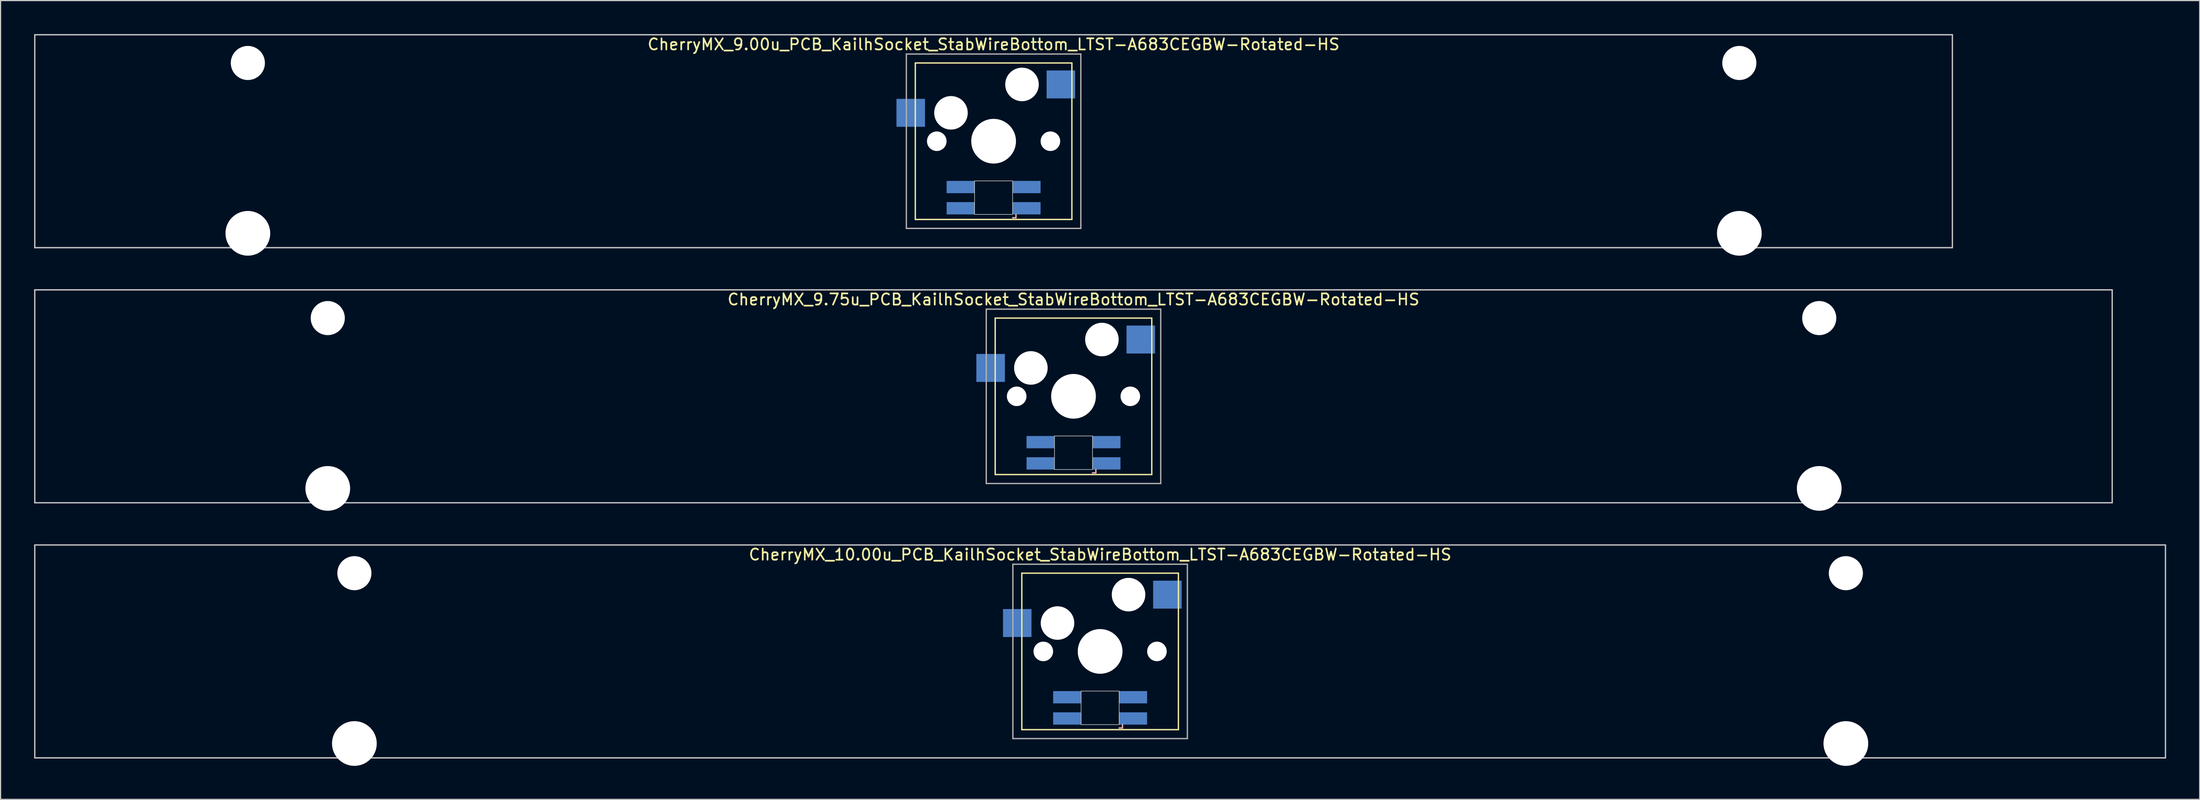
<source format=kicad_pcb>
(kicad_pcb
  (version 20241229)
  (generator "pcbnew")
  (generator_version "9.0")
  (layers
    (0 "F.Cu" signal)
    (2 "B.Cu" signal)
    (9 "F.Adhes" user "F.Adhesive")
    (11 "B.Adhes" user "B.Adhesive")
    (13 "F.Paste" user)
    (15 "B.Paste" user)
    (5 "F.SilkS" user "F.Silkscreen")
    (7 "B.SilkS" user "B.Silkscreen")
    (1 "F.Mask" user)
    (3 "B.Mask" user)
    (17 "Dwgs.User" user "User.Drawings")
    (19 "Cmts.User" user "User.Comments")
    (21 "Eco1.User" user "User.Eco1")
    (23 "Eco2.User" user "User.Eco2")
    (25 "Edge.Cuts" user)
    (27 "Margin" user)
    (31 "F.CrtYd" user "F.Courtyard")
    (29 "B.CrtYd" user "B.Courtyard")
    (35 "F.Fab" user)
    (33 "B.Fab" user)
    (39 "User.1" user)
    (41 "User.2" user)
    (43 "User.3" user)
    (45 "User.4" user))
  (footprint "CherryMX_9.00u_PCB_KailhSocket_StabWireBottom_LTST-A683CEGBW-Rotated-HS"
    (layer "F.Cu")
    (at 85.785 9.585)
    (property "Reference" "CherryMX_9.00u_PCB_KailhSocket_StabWireBottom_LTST-A683CEGBW-Rotated-HS" (at 0 -8.662 0) (layer "F.SilkS") (effects (font (size 1 1) (thickness 0.15))))
    (attr through_hole)
    (fp_line (start -7 -7) (end -7 7) (stroke (width 0.12) (type solid)) (layer "F.SilkS"))
    (fp_line (start -7 -7) (end 7 -7) (stroke (width 0.12) (type solid)) (layer "F.SilkS"))
    (fp_line (start 7 -7) (end 7 7) (stroke (width 0.12) (type solid)) (layer "F.SilkS"))
    (fp_line (start 7 7) (end -7 7) (stroke (width 0.12) (type solid)) (layer "F.SilkS"))
    (fp_line (start 1.7 6.85) (end 2 6.85) (stroke (width 0.12) (type solid)) (layer "B.SilkS"))
    (fp_line (start 2 6.85) (end 2 6.55) (stroke (width 0.12) (type solid)) (layer "B.SilkS"))
    (fp_line (start -85.725 -9.525) (end 85.725 -9.525) (stroke (width 0.12) (type solid)) (layer "Dwgs.User"))
    (fp_line (start -85.725 9.525) (end -85.725 -9.525) (stroke (width 0.12) (type solid)) (layer "Dwgs.User"))
    (fp_line (start 85.725 -9.525) (end 85.725 9.525) (stroke (width 0.12) (type solid)) (layer "Dwgs.User"))
    (fp_line (start 85.725 9.525) (end -85.725 9.525) (stroke (width 0.12) (type solid)) (layer "Dwgs.User"))
    (fp_line (start -1.7 3.55) (end 1.7 3.55) (stroke (width 0.05) (type solid)) (layer "Edge.Cuts"))
    (fp_line (start -1.7 6.55) (end -1.7 3.55) (stroke (width 0.05) (type solid)) (layer "Edge.Cuts"))
    (fp_line (start 1.7 3.55) (end 1.7 6.55) (stroke (width 0.05) (type solid)) (layer "Edge.Cuts"))
    (fp_line (start 1.7 6.55) (end -1.7 6.55) (stroke (width 0.05) (type solid)) (layer "Edge.Cuts"))
    (fp_line (start -7.8 -7.8) (end -7.8 7.8) (stroke (width 0.12) (type solid)) (layer "F.Fab"))
    (fp_line (start -7.8 -7.8) (end 7.8 -7.8) (stroke (width 0.12) (type solid)) (layer "F.Fab"))
    (fp_line (start -7.8 7.8) (end 7.8 7.8) (stroke (width 0.12) (type solid)) (layer "F.Fab"))
    (fp_line (start 7.8 -7.8) (end 7.8 7.8) (stroke (width 0.12) (type solid)) (layer "F.Fab"))
    (pad "" np_thru_hole circle (at -66.675 -7) (size 3.05 3.05) (drill 3.05) (layers "*.Cu" "*.Mask"))
    (pad "" np_thru_hole circle (at -66.675 8.24) (size 4 4) (drill 4) (layers "*.Cu" "*.Mask"))
    (pad "" np_thru_hole circle (at -5.08 0) (size 1.75 1.75) (drill 1.75) (layers "*.Cu" "*.Mask"))
    (pad "" np_thru_hole circle (at -3.81 -2.54) (size 3 3) (drill 3) (layers "*.Cu" "*.Mask"))
    (pad "" np_thru_hole circle (at 0 0) (size 4 4) (drill 4) (layers "*.Cu" "*.Mask"))
    (pad "" np_thru_hole circle (at 2.54 -5.08) (size 3 3) (drill 3) (layers "*.Cu" "*.Mask"))
    (pad "" np_thru_hole circle (at 5.08 0) (size 1.75 1.75) (drill 1.75) (layers "*.Cu" "*.Mask"))
    (pad "" np_thru_hole circle (at 66.675 -7) (size 3.05 3.05) (drill 3.05) (layers "*.Cu" "*.Mask"))
    (pad "" np_thru_hole circle (at 66.675 8.24) (size 4 4) (drill 4) (layers "*.Cu" "*.Mask"))
    (pad "1" smd rect (at -7.41 -2.54) (size 2.55 2.5) (layers "B.Cu" "B.Mask" "B.Paste"))
    (pad "2" smd rect (at 6.015 -5.08) (size 2.55 2.5) (layers "B.Cu" "B.Mask" "B.Paste"))
    (pad "3" smd rect (at 2.95 6) (size 2.5 1.1) (layers "B.Cu" "B.Mask" "B.Paste"))
    (pad "4" smd rect (at 2.95 4.1) (size 2.5 1.1) (layers "B.Cu" "B.Mask" "B.Paste"))
    (pad "5" smd rect (at -2.95 6) (size 2.5 1.1) (layers "B.Cu" "B.Mask" "B.Paste"))
    (pad "6" smd rect (at -2.95 4.1) (size 2.5 1.1) (layers "B.Cu" "B.Mask" "B.Paste")))
  (footprint "CherryMX_9.75u_PCB_KailhSocket_StabWireBottom_LTST-A683CEGBW-Rotated-HS"
    (layer "F.Cu")
    (at 92.929 32.41)
    (property "Reference" "CherryMX_9.75u_PCB_KailhSocket_StabWireBottom_LTST-A683CEGBW-Rotated-HS" (at 0 -8.662 0) (layer "F.SilkS") (effects (font (size 1 1) (thickness 0.15))))
    (attr through_hole)
    (fp_line (start -7 -7) (end -7 7) (stroke (width 0.12) (type solid)) (layer "F.SilkS"))
    (fp_line (start -7 -7) (end 7 -7) (stroke (width 0.12) (type solid)) (layer "F.SilkS"))
    (fp_line (start 7 -7) (end 7 7) (stroke (width 0.12) (type solid)) (layer "F.SilkS"))
    (fp_line (start 7 7) (end -7 7) (stroke (width 0.12) (type solid)) (layer "F.SilkS"))
    (fp_line (start 1.7 6.85) (end 2 6.85) (stroke (width 0.12) (type solid)) (layer "B.SilkS"))
    (fp_line (start 2 6.85) (end 2 6.55) (stroke (width 0.12) (type solid)) (layer "B.SilkS"))
    (fp_line (start -92.869 -9.525) (end 92.869 -9.525) (stroke (width 0.12) (type solid)) (layer "Dwgs.User"))
    (fp_line (start -92.869 9.525) (end -92.869 -9.525) (stroke (width 0.12) (type solid)) (layer "Dwgs.User"))
    (fp_line (start 92.869 -9.525) (end 92.869 9.525) (stroke (width 0.12) (type solid)) (layer "Dwgs.User"))
    (fp_line (start 92.869 9.525) (end -92.869 9.525) (stroke (width 0.12) (type solid)) (layer "Dwgs.User"))
    (fp_line (start -1.7 3.55) (end 1.7 3.55) (stroke (width 0.05) (type solid)) (layer "Edge.Cuts"))
    (fp_line (start -1.7 6.55) (end -1.7 3.55) (stroke (width 0.05) (type solid)) (layer "Edge.Cuts"))
    (fp_line (start 1.7 3.55) (end 1.7 6.55) (stroke (width 0.05) (type solid)) (layer "Edge.Cuts"))
    (fp_line (start 1.7 6.55) (end -1.7 6.55) (stroke (width 0.05) (type solid)) (layer "Edge.Cuts"))
    (fp_line (start -7.8 -7.8) (end -7.8 7.8) (stroke (width 0.12) (type solid)) (layer "F.Fab"))
    (fp_line (start -7.8 -7.8) (end 7.8 -7.8) (stroke (width 0.12) (type solid)) (layer "F.Fab"))
    (fp_line (start -7.8 7.8) (end 7.8 7.8) (stroke (width 0.12) (type solid)) (layer "F.Fab"))
    (fp_line (start 7.8 -7.8) (end 7.8 7.8) (stroke (width 0.12) (type solid)) (layer "F.Fab"))
    (pad "" np_thru_hole circle (at -66.675 -7) (size 3.05 3.05) (drill 3.05) (layers "*.Cu" "*.Mask"))
    (pad "" np_thru_hole circle (at -66.675 8.24) (size 4 4) (drill 4) (layers "*.Cu" "*.Mask"))
    (pad "" np_thru_hole circle (at -5.08 0) (size 1.75 1.75) (drill 1.75) (layers "*.Cu" "*.Mask"))
    (pad "" np_thru_hole circle (at -3.81 -2.54) (size 3 3) (drill 3) (layers "*.Cu" "*.Mask"))
    (pad "" np_thru_hole circle (at 0 0) (size 4 4) (drill 4) (layers "*.Cu" "*.Mask"))
    (pad "" np_thru_hole circle (at 2.54 -5.08) (size 3 3) (drill 3) (layers "*.Cu" "*.Mask"))
    (pad "" np_thru_hole circle (at 5.08 0) (size 1.75 1.75) (drill 1.75) (layers "*.Cu" "*.Mask"))
    (pad "" np_thru_hole circle (at 66.675 -7) (size 3.05 3.05) (drill 3.05) (layers "*.Cu" "*.Mask"))
    (pad "" np_thru_hole circle (at 66.675 8.24) (size 4 4) (drill 4) (layers "*.Cu" "*.Mask"))
    (pad "1" smd rect (at -7.41 -2.54) (size 2.55 2.5) (layers "B.Cu" "B.Mask" "B.Paste"))
    (pad "2" smd rect (at 6.015 -5.08) (size 2.55 2.5) (layers "B.Cu" "B.Mask" "B.Paste"))
    (pad "3" smd rect (at 2.95 6) (size 2.5 1.1) (layers "B.Cu" "B.Mask" "B.Paste"))
    (pad "4" smd rect (at 2.95 4.1) (size 2.5 1.1) (layers "B.Cu" "B.Mask" "B.Paste"))
    (pad "5" smd rect (at -2.95 6) (size 2.5 1.1) (layers "B.Cu" "B.Mask" "B.Paste"))
    (pad "6" smd rect (at -2.95 4.1) (size 2.5 1.1) (layers "B.Cu" "B.Mask" "B.Paste")))
  (footprint "CherryMX_10.00u_PCB_KailhSocket_StabWireBottom_LTST-A683CEGBW-Rotated-HS"
    (layer "F.Cu")
    (at 95.31 55.235)
    (property "Reference" "CherryMX_10.00u_PCB_KailhSocket_StabWireBottom_LTST-A683CEGBW-Rotated-HS" (at 0 -8.662 0) (layer "F.SilkS") (effects (font (size 1 1) (thickness 0.15))))
    (attr through_hole)
    (fp_line (start -7 -7) (end -7 7) (stroke (width 0.12) (type solid)) (layer "F.SilkS"))
    (fp_line (start -7 -7) (end 7 -7) (stroke (width 0.12) (type solid)) (layer "F.SilkS"))
    (fp_line (start 7 -7) (end 7 7) (stroke (width 0.12) (type solid)) (layer "F.SilkS"))
    (fp_line (start 7 7) (end -7 7) (stroke (width 0.12) (type solid)) (layer "F.SilkS"))
    (fp_line (start 1.7 6.85) (end 2 6.85) (stroke (width 0.12) (type solid)) (layer "B.SilkS"))
    (fp_line (start 2 6.85) (end 2 6.55) (stroke (width 0.12) (type solid)) (layer "B.SilkS"))
    (fp_line (start -95.25 -9.525) (end 95.25 -9.525) (stroke (width 0.12) (type solid)) (layer "Dwgs.User"))
    (fp_line (start -95.25 9.525) (end -95.25 -9.525) (stroke (width 0.12) (type solid)) (layer "Dwgs.User"))
    (fp_line (start 95.25 -9.525) (end 95.25 9.525) (stroke (width 0.12) (type solid)) (layer "Dwgs.User"))
    (fp_line (start 95.25 9.525) (end -95.25 9.525) (stroke (width 0.12) (type solid)) (layer "Dwgs.User"))
    (fp_line (start -1.7 3.55) (end 1.7 3.55) (stroke (width 0.05) (type solid)) (layer "Edge.Cuts"))
    (fp_line (start -1.7 6.55) (end -1.7 3.55) (stroke (width 0.05) (type solid)) (layer "Edge.Cuts"))
    (fp_line (start 1.7 3.55) (end 1.7 6.55) (stroke (width 0.05) (type solid)) (layer "Edge.Cuts"))
    (fp_line (start 1.7 6.55) (end -1.7 6.55) (stroke (width 0.05) (type solid)) (layer "Edge.Cuts"))
    (fp_line (start -7.8 -7.8) (end -7.8 7.8) (stroke (width 0.12) (type solid)) (layer "F.Fab"))
    (fp_line (start -7.8 -7.8) (end 7.8 -7.8) (stroke (width 0.12) (type solid)) (layer "F.Fab"))
    (fp_line (start -7.8 7.8) (end 7.8 7.8) (stroke (width 0.12) (type solid)) (layer "F.Fab"))
    (fp_line (start 7.8 -7.8) (end 7.8 7.8) (stroke (width 0.12) (type solid)) (layer "F.Fab"))
    (pad "" np_thru_hole circle (at -66.675 -7) (size 3.05 3.05) (drill 3.05) (layers "*.Cu" "*.Mask"))
    (pad "" np_thru_hole circle (at -66.675 8.24) (size 4 4) (drill 4) (layers "*.Cu" "*.Mask"))
    (pad "" np_thru_hole circle (at -5.08 0) (size 1.75 1.75) (drill 1.75) (layers "*.Cu" "*.Mask"))
    (pad "" np_thru_hole circle (at -3.81 -2.54) (size 3 3) (drill 3) (layers "*.Cu" "*.Mask"))
    (pad "" np_thru_hole circle (at 0 0) (size 4 4) (drill 4) (layers "*.Cu" "*.Mask"))
    (pad "" np_thru_hole circle (at 2.54 -5.08) (size 3 3) (drill 3) (layers "*.Cu" "*.Mask"))
    (pad "" np_thru_hole circle (at 5.08 0) (size 1.75 1.75) (drill 1.75) (layers "*.Cu" "*.Mask"))
    (pad "" np_thru_hole circle (at 66.675 -7) (size 3.05 3.05) (drill 3.05) (layers "*.Cu" "*.Mask"))
    (pad "" np_thru_hole circle (at 66.675 8.24) (size 4 4) (drill 4) (layers "*.Cu" "*.Mask"))
    (pad "1" smd rect (at -7.41 -2.54) (size 2.55 2.5) (layers "B.Cu" "B.Mask" "B.Paste"))
    (pad "2" smd rect (at 6.015 -5.08) (size 2.55 2.5) (layers "B.Cu" "B.Mask" "B.Paste"))
    (pad "3" smd rect (at 2.95 6) (size 2.5 1.1) (layers "B.Cu" "B.Mask" "B.Paste"))
    (pad "4" smd rect (at 2.95 4.1) (size 2.5 1.1) (layers "B.Cu" "B.Mask" "B.Paste"))
    (pad "5" smd rect (at -2.95 6) (size 2.5 1.1) (layers "B.Cu" "B.Mask" "B.Paste"))
    (pad "6" smd rect (at -2.95 4.1) (size 2.5 1.1) (layers "B.Cu" "B.Mask" "B.Paste")))
  (gr_rect
    (start -3 -3)
    (end 193.62 68.475)
    (stroke (width 0.1) (type default))
    (fill no)
    (layer "Edge.Cuts")))
</source>
